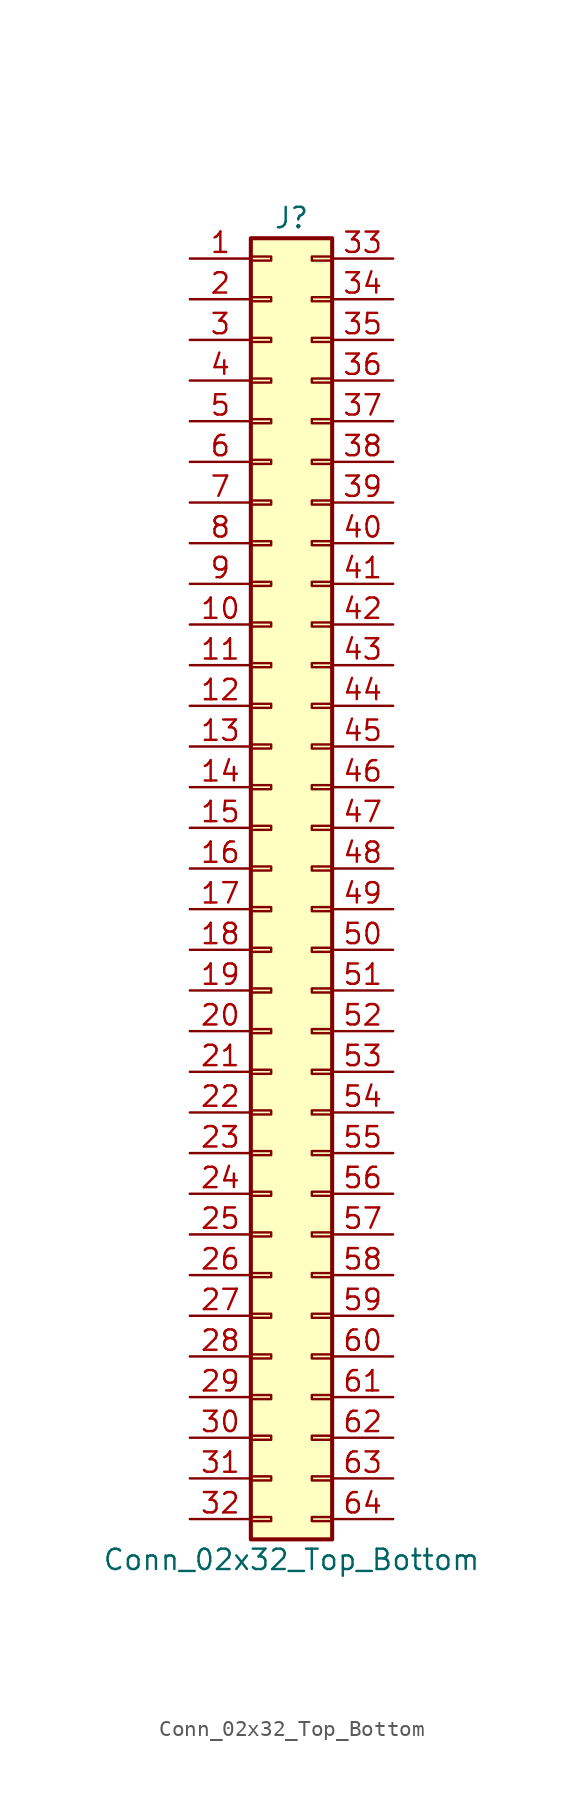
<source format=kicad_sym>
(kicad_symbol_lib
  (version 20220914)
  (generator kicad_symbol_editor)
  (symbol "Conn_02x32_Top_Bottom"
    (pin_names
      (offset 1.016) hide)
    (property "Reference" "J"
      (at 1.27 40.64 0)
      (effects (font (size 1.27 1.27))))
    (property "Value" "Conn_02x32_Top_Bottom"
      (at 1.27 -43.18 0)
      (effects (font (size 1.27 1.27))))
    (symbol "Conn_02x32_Top_Bottom_1_1"
      (rectangle (start -1.27 -40.513) (end 0 -40.767) (stroke (width 0.152) (type default)) (fill (type none)))
      (rectangle (start -1.27 -37.973) (end 0 -38.227) (stroke (width 0.152) (type default)) (fill (type none)))
      (rectangle (start -1.27 -35.433) (end 0 -35.687) (stroke (width 0.152) (type default)) (fill (type none)))
      (rectangle (start -1.27 -32.893) (end 0 -33.147) (stroke (width 0.152) (type default)) (fill (type none)))
      (rectangle (start -1.27 -30.353) (end 0 -30.607) (stroke (width 0.152) (type default)) (fill (type none)))
      (rectangle (start -1.27 -27.813) (end 0 -28.067) (stroke (width 0.152) (type default)) (fill (type none)))
      (rectangle (start -1.27 -25.273) (end 0 -25.527) (stroke (width 0.152) (type default)) (fill (type none)))
      (rectangle (start -1.27 -22.733) (end 0 -22.987) (stroke (width 0.152) (type default)) (fill (type none)))
      (rectangle (start -1.27 -20.193) (end 0 -20.447) (stroke (width 0.152) (type default)) (fill (type none)))
      (rectangle (start -1.27 -17.653) (end 0 -17.907) (stroke (width 0.152) (type default)) (fill (type none)))
      (rectangle (start -1.27 -15.113) (end 0 -15.367) (stroke (width 0.152) (type default)) (fill (type none)))
      (rectangle (start -1.27 -12.573) (end 0 -12.827) (stroke (width 0.152) (type default)) (fill (type none)))
      (rectangle (start -1.27 -10.033) (end 0 -10.287) (stroke (width 0.152) (type default)) (fill (type none)))
      (rectangle (start -1.27 -7.493) (end 0 -7.747) (stroke (width 0.152) (type default)) (fill (type none)))
      (rectangle (start -1.27 -4.953) (end 0 -5.207) (stroke (width 0.152) (type default)) (fill (type none)))
      (rectangle (start -1.27 -2.413) (end 0 -2.667) (stroke (width 0.152) (type default)) (fill (type none)))
      (rectangle (start -1.27 0.127) (end 0 -0.127) (stroke (width 0.152) (type default)) (fill (type none)))
      (rectangle (start -1.27 2.667) (end 0 2.413) (stroke (width 0.152) (type default)) (fill (type none)))
      (rectangle (start -1.27 5.207) (end 0 4.953) (stroke (width 0.152) (type default)) (fill (type none)))
      (rectangle (start -1.27 7.747) (end 0 7.493) (stroke (width 0.152) (type default)) (fill (type none)))
      (rectangle (start -1.27 10.287) (end 0 10.033) (stroke (width 0.152) (type default)) (fill (type none)))
      (rectangle (start -1.27 12.827) (end 0 12.573) (stroke (width 0.152) (type default)) (fill (type none)))
      (rectangle (start -1.27 15.367) (end 0 15.113) (stroke (width 0.152) (type default)) (fill (type none)))
      (rectangle (start -1.27 17.907) (end 0 17.653) (stroke (width 0.152) (type default)) (fill (type none)))
      (rectangle (start -1.27 20.447) (end 0 20.193) (stroke (width 0.152) (type default)) (fill (type none)))
      (rectangle (start -1.27 22.987) (end 0 22.733) (stroke (width 0.152) (type default)) (fill (type none)))
      (rectangle (start -1.27 25.527) (end 0 25.273) (stroke (width 0.152) (type default)) (fill (type none)))
      (rectangle (start -1.27 28.067) (end 0 27.813) (stroke (width 0.152) (type default)) (fill (type none)))
      (rectangle (start -1.27 30.607) (end 0 30.353) (stroke (width 0.152) (type default)) (fill (type none)))
      (rectangle (start -1.27 33.147) (end 0 32.893) (stroke (width 0.152) (type default)) (fill (type none)))
      (rectangle (start -1.27 35.687) (end 0 35.433) (stroke (width 0.152) (type default)) (fill (type none)))
      (rectangle (start -1.27 38.227) (end 0 37.973) (stroke (width 0.152) (type default)) (fill (type none)))
      (rectangle (start -1.27 39.37) (end 3.81 -41.91) (stroke (width 0.254) (type default)) (fill (type background)))
      (rectangle (start 3.81 -40.513) (end 2.54 -40.767) (stroke (width 0.152) (type default)) (fill (type none)))
      (rectangle (start 3.81 -37.973) (end 2.54 -38.227) (stroke (width 0.152) (type default)) (fill (type none)))
      (rectangle (start 3.81 -35.433) (end 2.54 -35.687) (stroke (width 0.152) (type default)) (fill (type none)))
      (rectangle (start 3.81 -32.893) (end 2.54 -33.147) (stroke (width 0.152) (type default)) (fill (type none)))
      (rectangle (start 3.81 -30.353) (end 2.54 -30.607) (stroke (width 0.152) (type default)) (fill (type none)))
      (rectangle (start 3.81 -27.813) (end 2.54 -28.067) (stroke (width 0.152) (type default)) (fill (type none)))
      (rectangle (start 3.81 -25.273) (end 2.54 -25.527) (stroke (width 0.152) (type default)) (fill (type none)))
      (rectangle (start 3.81 -22.733) (end 2.54 -22.987) (stroke (width 0.152) (type default)) (fill (type none)))
      (rectangle (start 3.81 -20.193) (end 2.54 -20.447) (stroke (width 0.152) (type default)) (fill (type none)))
      (rectangle (start 3.81 -17.653) (end 2.54 -17.907) (stroke (width 0.152) (type default)) (fill (type none)))
      (rectangle (start 3.81 -15.113) (end 2.54 -15.367) (stroke (width 0.152) (type default)) (fill (type none)))
      (rectangle (start 3.81 -12.573) (end 2.54 -12.827) (stroke (width 0.152) (type default)) (fill (type none)))
      (rectangle (start 3.81 -10.033) (end 2.54 -10.287) (stroke (width 0.152) (type default)) (fill (type none)))
      (rectangle (start 3.81 -7.493) (end 2.54 -7.747) (stroke (width 0.152) (type default)) (fill (type none)))
      (rectangle (start 3.81 -4.953) (end 2.54 -5.207) (stroke (width 0.152) (type default)) (fill (type none)))
      (rectangle (start 3.81 -2.413) (end 2.54 -2.667) (stroke (width 0.152) (type default)) (fill (type none)))
      (rectangle (start 3.81 0.127) (end 2.54 -0.127) (stroke (width 0.152) (type default)) (fill (type none)))
      (rectangle (start 3.81 2.667) (end 2.54 2.413) (stroke (width 0.152) (type default)) (fill (type none)))
      (rectangle (start 3.81 5.207) (end 2.54 4.953) (stroke (width 0.152) (type default)) (fill (type none)))
      (rectangle (start 3.81 7.747) (end 2.54 7.493) (stroke (width 0.152) (type default)) (fill (type none)))
      (rectangle (start 3.81 10.287) (end 2.54 10.033) (stroke (width 0.152) (type default)) (fill (type none)))
      (rectangle (start 3.81 12.827) (end 2.54 12.573) (stroke (width 0.152) (type default)) (fill (type none)))
      (rectangle (start 3.81 15.367) (end 2.54 15.113) (stroke (width 0.152) (type default)) (fill (type none)))
      (rectangle (start 3.81 17.907) (end 2.54 17.653) (stroke (width 0.152) (type default)) (fill (type none)))
      (rectangle (start 3.81 20.447) (end 2.54 20.193) (stroke (width 0.152) (type default)) (fill (type none)))
      (rectangle (start 3.81 22.987) (end 2.54 22.733) (stroke (width 0.152) (type default)) (fill (type none)))
      (rectangle (start 3.81 25.527) (end 2.54 25.273) (stroke (width 0.152) (type default)) (fill (type none)))
      (rectangle (start 3.81 28.067) (end 2.54 27.813) (stroke (width 0.152) (type default)) (fill (type none)))
      (rectangle (start 3.81 30.607) (end 2.54 30.353) (stroke (width 0.152) (type default)) (fill (type none)))
      (rectangle (start 3.81 33.147) (end 2.54 32.893) (stroke (width 0.152) (type default)) (fill (type none)))
      (rectangle (start 3.81 35.687) (end 2.54 35.433) (stroke (width 0.152) (type default)) (fill (type none)))
      (rectangle (start 3.81 38.227) (end 2.54 37.973) (stroke (width 0.152) (type default)) (fill (type none)))
      (pin passive line (at -5.08 38.1 0) (length 3.81) (name "Pin_1" (effects (font (size 1.27 1.27)))) (number "1" (effects (font (size 1.27 1.27)))))
      (pin passive line (at -5.08 15.24 0) (length 3.81) (name "Pin_10" (effects (font (size 1.27 1.27)))) (number "10" (effects (font (size 1.27 1.27)))))
      (pin passive line (at -5.08 12.7 0) (length 3.81) (name "Pin_11" (effects (font (size 1.27 1.27)))) (number "11" (effects (font (size 1.27 1.27)))))
      (pin passive line (at -5.08 10.16 0) (length 3.81) (name "Pin_12" (effects (font (size 1.27 1.27)))) (number "12" (effects (font (size 1.27 1.27)))))
      (pin passive line (at -5.08 7.62 0) (length 3.81) (name "Pin_13" (effects (font (size 1.27 1.27)))) (number "13" (effects (font (size 1.27 1.27)))))
      (pin passive line (at -5.08 5.08 0) (length 3.81) (name "Pin_14" (effects (font (size 1.27 1.27)))) (number "14" (effects (font (size 1.27 1.27)))))
      (pin passive line (at -5.08 2.54 0) (length 3.81) (name "Pin_15" (effects (font (size 1.27 1.27)))) (number "15" (effects (font (size 1.27 1.27)))))
      (pin passive line (at -5.08 0 0) (length 3.81) (name "Pin_16" (effects (font (size 1.27 1.27)))) (number "16" (effects (font (size 1.27 1.27)))))
      (pin passive line (at -5.08 -2.54 0) (length 3.81) (name "Pin_17" (effects (font (size 1.27 1.27)))) (number "17" (effects (font (size 1.27 1.27)))))
      (pin passive line (at -5.08 -5.08 0) (length 3.81) (name "Pin_18" (effects (font (size 1.27 1.27)))) (number "18" (effects (font (size 1.27 1.27)))))
      (pin passive line (at -5.08 -7.62 0) (length 3.81) (name "Pin_19" (effects (font (size 1.27 1.27)))) (number "19" (effects (font (size 1.27 1.27)))))
      (pin passive line (at -5.08 35.56 0) (length 3.81) (name "Pin_2" (effects (font (size 1.27 1.27)))) (number "2" (effects (font (size 1.27 1.27)))))
      (pin passive line (at -5.08 -10.16 0) (length 3.81) (name "Pin_20" (effects (font (size 1.27 1.27)))) (number "20" (effects (font (size 1.27 1.27)))))
      (pin passive line (at -5.08 -12.7 0) (length 3.81) (name "Pin_21" (effects (font (size 1.27 1.27)))) (number "21" (effects (font (size 1.27 1.27)))))
      (pin passive line (at -5.08 -15.24 0) (length 3.81) (name "Pin_22" (effects (font (size 1.27 1.27)))) (number "22" (effects (font (size 1.27 1.27)))))
      (pin passive line (at -5.08 -17.78 0) (length 3.81) (name "Pin_23" (effects (font (size 1.27 1.27)))) (number "23" (effects (font (size 1.27 1.27)))))
      (pin passive line (at -5.08 -20.32 0) (length 3.81) (name "Pin_24" (effects (font (size 1.27 1.27)))) (number "24" (effects (font (size 1.27 1.27)))))
      (pin passive line (at -5.08 -22.86 0) (length 3.81) (name "Pin_25" (effects (font (size 1.27 1.27)))) (number "25" (effects (font (size 1.27 1.27)))))
      (pin passive line (at -5.08 -25.4 0) (length 3.81) (name "Pin_26" (effects (font (size 1.27 1.27)))) (number "26" (effects (font (size 1.27 1.27)))))
      (pin passive line (at -5.08 -27.94 0) (length 3.81) (name "Pin_27" (effects (font (size 1.27 1.27)))) (number "27" (effects (font (size 1.27 1.27)))))
      (pin passive line (at -5.08 -30.48 0) (length 3.81) (name "Pin_28" (effects (font (size 1.27 1.27)))) (number "28" (effects (font (size 1.27 1.27)))))
      (pin passive line (at -5.08 -33.02 0) (length 3.81) (name "Pin_29" (effects (font (size 1.27 1.27)))) (number "29" (effects (font (size 1.27 1.27)))))
      (pin passive line (at -5.08 33.02 0) (length 3.81) (name "Pin_3" (effects (font (size 1.27 1.27)))) (number "3" (effects (font (size 1.27 1.27)))))
      (pin passive line (at -5.08 -35.56 0) (length 3.81) (name "Pin_30" (effects (font (size 1.27 1.27)))) (number "30" (effects (font (size 1.27 1.27)))))
      (pin passive line (at -5.08 -38.1 0) (length 3.81) (name "Pin_31" (effects (font (size 1.27 1.27)))) (number "31" (effects (font (size 1.27 1.27)))))
      (pin passive line (at -5.08 -40.64 0) (length 3.81) (name "Pin_32" (effects (font (size 1.27 1.27)))) (number "32" (effects (font (size 1.27 1.27)))))
      (pin passive line (at 7.62 38.1 180) (length 3.81) (name "Pin_33" (effects (font (size 1.27 1.27)))) (number "33" (effects (font (size 1.27 1.27)))))
      (pin passive line (at 7.62 35.56 180) (length 3.81) (name "Pin_34" (effects (font (size 1.27 1.27)))) (number "34" (effects (font (size 1.27 1.27)))))
      (pin passive line (at 7.62 33.02 180) (length 3.81) (name "Pin_35" (effects (font (size 1.27 1.27)))) (number "35" (effects (font (size 1.27 1.27)))))
      (pin passive line (at 7.62 30.48 180) (length 3.81) (name "Pin_36" (effects (font (size 1.27 1.27)))) (number "36" (effects (font (size 1.27 1.27)))))
      (pin passive line (at 7.62 27.94 180) (length 3.81) (name "Pin_37" (effects (font (size 1.27 1.27)))) (number "37" (effects (font (size 1.27 1.27)))))
      (pin passive line (at 7.62 25.4 180) (length 3.81) (name "Pin_38" (effects (font (size 1.27 1.27)))) (number "38" (effects (font (size 1.27 1.27)))))
      (pin passive line (at 7.62 22.86 180) (length 3.81) (name "Pin_39" (effects (font (size 1.27 1.27)))) (number "39" (effects (font (size 1.27 1.27)))))
      (pin passive line (at -5.08 30.48 0) (length 3.81) (name "Pin_4" (effects (font (size 1.27 1.27)))) (number "4" (effects (font (size 1.27 1.27)))))
      (pin passive line (at 7.62 20.32 180) (length 3.81) (name "Pin_40" (effects (font (size 1.27 1.27)))) (number "40" (effects (font (size 1.27 1.27)))))
      (pin passive line (at 7.62 17.78 180) (length 3.81) (name "Pin_41" (effects (font (size 1.27 1.27)))) (number "41" (effects (font (size 1.27 1.27)))))
      (pin passive line (at 7.62 15.24 180) (length 3.81) (name "Pin_42" (effects (font (size 1.27 1.27)))) (number "42" (effects (font (size 1.27 1.27)))))
      (pin passive line (at 7.62 12.7 180) (length 3.81) (name "Pin_43" (effects (font (size 1.27 1.27)))) (number "43" (effects (font (size 1.27 1.27)))))
      (pin passive line (at 7.62 10.16 180) (length 3.81) (name "Pin_44" (effects (font (size 1.27 1.27)))) (number "44" (effects (font (size 1.27 1.27)))))
      (pin passive line (at 7.62 7.62 180) (length 3.81) (name "Pin_45" (effects (font (size 1.27 1.27)))) (number "45" (effects (font (size 1.27 1.27)))))
      (pin passive line (at 7.62 5.08 180) (length 3.81) (name "Pin_46" (effects (font (size 1.27 1.27)))) (number "46" (effects (font (size 1.27 1.27)))))
      (pin passive line (at 7.62 2.54 180) (length 3.81) (name "Pin_47" (effects (font (size 1.27 1.27)))) (number "47" (effects (font (size 1.27 1.27)))))
      (pin passive line (at 7.62 0 180) (length 3.81) (name "Pin_48" (effects (font (size 1.27 1.27)))) (number "48" (effects (font (size 1.27 1.27)))))
      (pin passive line (at 7.62 -2.54 180) (length 3.81) (name "Pin_49" (effects (font (size 1.27 1.27)))) (number "49" (effects (font (size 1.27 1.27)))))
      (pin passive line (at -5.08 27.94 0) (length 3.81) (name "Pin_5" (effects (font (size 1.27 1.27)))) (number "5" (effects (font (size 1.27 1.27)))))
      (pin passive line (at 7.62 -5.08 180) (length 3.81) (name "Pin_50" (effects (font (size 1.27 1.27)))) (number "50" (effects (font (size 1.27 1.27)))))
      (pin passive line (at 7.62 -7.62 180) (length 3.81) (name "Pin_51" (effects (font (size 1.27 1.27)))) (number "51" (effects (font (size 1.27 1.27)))))
      (pin passive line (at 7.62 -10.16 180) (length 3.81) (name "Pin_52" (effects (font (size 1.27 1.27)))) (number "52" (effects (font (size 1.27 1.27)))))
      (pin passive line (at 7.62 -12.7 180) (length 3.81) (name "Pin_53" (effects (font (size 1.27 1.27)))) (number "53" (effects (font (size 1.27 1.27)))))
      (pin passive line (at 7.62 -15.24 180) (length 3.81) (name "Pin_54" (effects (font (size 1.27 1.27)))) (number "54" (effects (font (size 1.27 1.27)))))
      (pin passive line (at 7.62 -17.78 180) (length 3.81) (name "Pin_55" (effects (font (size 1.27 1.27)))) (number "55" (effects (font (size 1.27 1.27)))))
      (pin passive line (at 7.62 -20.32 180) (length 3.81) (name "Pin_56" (effects (font (size 1.27 1.27)))) (number "56" (effects (font (size 1.27 1.27)))))
      (pin passive line (at 7.62 -22.86 180) (length 3.81) (name "Pin_57" (effects (font (size 1.27 1.27)))) (number "57" (effects (font (size 1.27 1.27)))))
      (pin passive line (at 7.62 -25.4 180) (length 3.81) (name "Pin_58" (effects (font (size 1.27 1.27)))) (number "58" (effects (font (size 1.27 1.27)))))
      (pin passive line (at 7.62 -27.94 180) (length 3.81) (name "Pin_59" (effects (font (size 1.27 1.27)))) (number "59" (effects (font (size 1.27 1.27)))))
      (pin passive line (at -5.08 25.4 0) (length 3.81) (name "Pin_6" (effects (font (size 1.27 1.27)))) (number "6" (effects (font (size 1.27 1.27)))))
      (pin passive line (at 7.62 -30.48 180) (length 3.81) (name "Pin_60" (effects (font (size 1.27 1.27)))) (number "60" (effects (font (size 1.27 1.27)))))
      (pin passive line (at 7.62 -33.02 180) (length 3.81) (name "Pin_61" (effects (font (size 1.27 1.27)))) (number "61" (effects (font (size 1.27 1.27)))))
      (pin passive line (at 7.62 -35.56 180) (length 3.81) (name "Pin_62" (effects (font (size 1.27 1.27)))) (number "62" (effects (font (size 1.27 1.27)))))
      (pin passive line (at 7.62 -38.1 180) (length 3.81) (name "Pin_63" (effects (font (size 1.27 1.27)))) (number "63" (effects (font (size 1.27 1.27)))))
      (pin passive line (at 7.62 -40.64 180) (length 3.81) (name "Pin_64" (effects (font (size 1.27 1.27)))) (number "64" (effects (font (size 1.27 1.27)))))
      (pin passive line (at -5.08 22.86 0) (length 3.81) (name "Pin_7" (effects (font (size 1.27 1.27)))) (number "7" (effects (font (size 1.27 1.27)))))
      (pin passive line (at -5.08 20.32 0) (length 3.81) (name "Pin_8" (effects (font (size 1.27 1.27)))) (number "8" (effects (font (size 1.27 1.27)))))
      (pin passive line (at -5.08 17.78 0) (length 3.81) (name "Pin_9" (effects (font (size 1.27 1.27)))) (number "9" (effects (font (size 1.27 1.27))))))))
</source>
